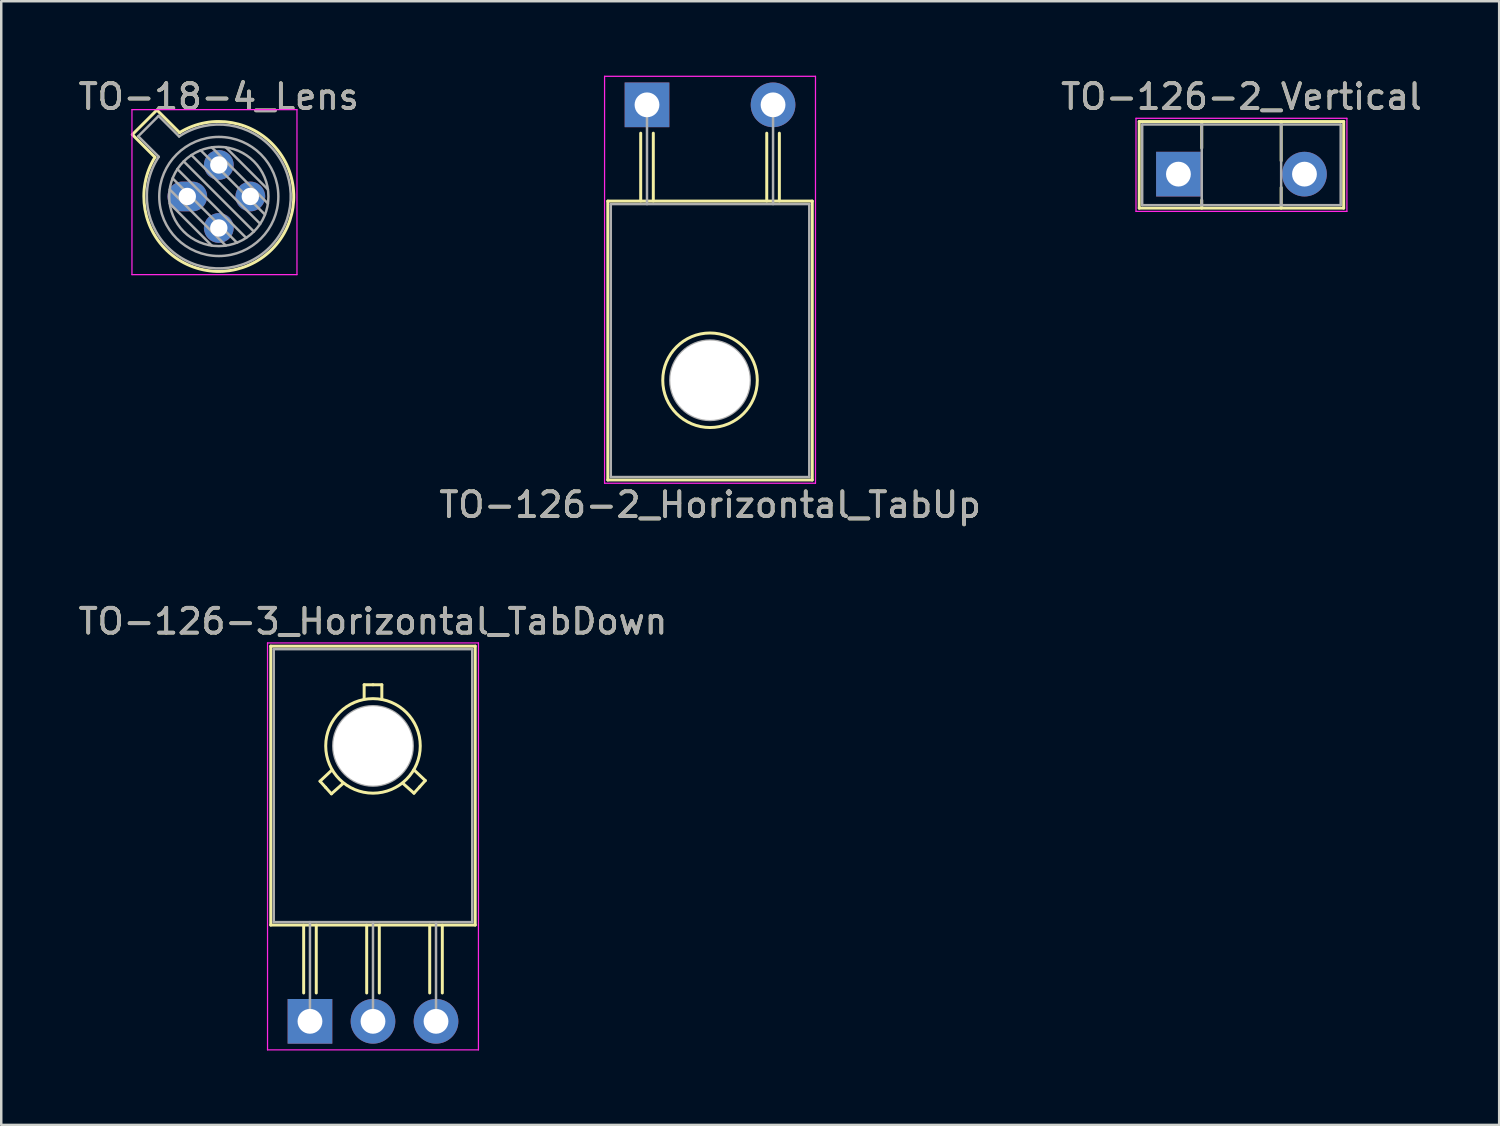
<source format=kicad_pcb>
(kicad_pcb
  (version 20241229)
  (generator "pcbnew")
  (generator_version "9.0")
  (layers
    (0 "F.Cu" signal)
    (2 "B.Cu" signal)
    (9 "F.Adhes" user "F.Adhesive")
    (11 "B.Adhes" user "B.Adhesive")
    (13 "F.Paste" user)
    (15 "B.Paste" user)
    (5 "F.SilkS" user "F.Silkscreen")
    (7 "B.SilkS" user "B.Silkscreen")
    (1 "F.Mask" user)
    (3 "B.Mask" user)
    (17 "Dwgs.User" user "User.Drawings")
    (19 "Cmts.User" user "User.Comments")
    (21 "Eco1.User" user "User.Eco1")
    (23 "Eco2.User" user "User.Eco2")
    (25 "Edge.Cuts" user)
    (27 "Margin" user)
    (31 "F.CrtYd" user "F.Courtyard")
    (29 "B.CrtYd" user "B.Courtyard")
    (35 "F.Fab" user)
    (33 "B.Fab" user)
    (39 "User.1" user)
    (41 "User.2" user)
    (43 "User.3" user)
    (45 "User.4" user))
  (footprint "TO-126-3_Horizontal_TabDown"
    (layer "F.Cu")
    (at 9.442 38.111)
    (property "Reference" "TO-126-3_Horizontal_TabDown" (at 2.54 -16.12 0) (layer "F.SilkS") (effects (font (size 1 1) (thickness 0.15))))
    (attr through_hole)
    (fp_line (start -1.58 -15.12) (end -1.58 -3.88) (stroke (width 0.12) (type solid)) (layer "F.SilkS"))
    (fp_line (start -1.58 -15.12) (end 6.66 -15.12) (stroke (width 0.12) (type solid)) (layer "F.SilkS"))
    (fp_line (start -1.58 -3.88) (end 6.66 -3.88) (stroke (width 0.12) (type solid)) (layer "F.SilkS"))
    (fp_line (start -0.254 -1.143) (end -0.254 -3.873) (stroke (width 0.12) (type solid)) (layer "F.SilkS"))
    (fp_line (start 0.254 -3.873) (end 0.254 -1.143) (stroke (width 0.12) (type solid)) (layer "F.SilkS"))
    (fp_line (start 0.406 -9.677) (end 0.864 -10.109) (stroke (width 0.12) (type solid)) (layer "F.SilkS"))
    (fp_line (start 0.635 -9.423) (end 0.406 -9.677) (stroke (width 0.12) (type solid)) (layer "F.SilkS"))
    (fp_line (start 0.864 -9.169) (end 0.635 -9.423) (stroke (width 0.12) (type solid)) (layer "F.SilkS"))
    (fp_line (start 0.864 -9.169) (end 1.321 -9.576) (stroke (width 0.12) (type solid)) (layer "F.SilkS"))
    (fp_line (start 2.184 -13.564) (end 2.184 -13.005) (stroke (width 0.12) (type solid)) (layer "F.SilkS"))
    (fp_line (start 2.184 -13.564) (end 2.54 -13.564) (stroke (width 0.12) (type solid)) (layer "F.SilkS"))
    (fp_line (start 2.286 -1.143) (end 2.286 -3.873) (stroke (width 0.12) (type solid)) (layer "F.SilkS"))
    (fp_line (start 2.54 -13.564) (end 2.896 -13.564) (stroke (width 0.12) (type solid)) (layer "F.SilkS"))
    (fp_line (start 2.794 -3.873) (end 2.794 -1.143) (stroke (width 0.12) (type solid)) (layer "F.SilkS"))
    (fp_line (start 2.896 -13.564) (end 2.896 -12.979) (stroke (width 0.12) (type solid)) (layer "F.SilkS"))
    (fp_line (start 4.191 -9.195) (end 3.734 -9.601) (stroke (width 0.12) (type solid)) (layer "F.SilkS"))
    (fp_line (start 4.191 -9.195) (end 4.42 -9.449) (stroke (width 0.12) (type solid)) (layer "F.SilkS"))
    (fp_line (start 4.42 -9.449) (end 4.648 -9.703) (stroke (width 0.12) (type solid)) (layer "F.SilkS"))
    (fp_line (start 4.648 -9.703) (end 4.191 -10.135) (stroke (width 0.12) (type solid)) (layer "F.SilkS"))
    (fp_line (start 4.826 -1.143) (end 4.826 -3.873) (stroke (width 0.12) (type solid)) (layer "F.SilkS"))
    (fp_line (start 5.334 -3.873) (end 5.334 -1.143) (stroke (width 0.12) (type solid)) (layer "F.SilkS"))
    (fp_line (start 6.66 -15.12) (end 6.66 -3.88) (stroke (width 0.12) (type solid)) (layer "F.SilkS"))
    (fp_circle (center 2.54 -11.1) (end 4.445 -11.125) (stroke (width 0.12) (type solid)) (fill no) (layer "F.SilkS"))
    (fp_line (start -1.71 -15.25) (end -1.71 1.15) (stroke (width 0.05) (type solid)) (layer "F.CrtYd"))
    (fp_line (start -1.71 1.15) (end 6.79 1.15) (stroke (width 0.05) (type solid)) (layer "F.CrtYd"))
    (fp_line (start 6.79 -15.25) (end -1.71 -15.25) (stroke (width 0.05) (type solid)) (layer "F.CrtYd"))
    (fp_line (start 6.79 1.15) (end 6.79 -15.25) (stroke (width 0.05) (type solid)) (layer "F.CrtYd"))
    (fp_line (start -1.46 -15) (end 6.54 -15) (stroke (width 0.1) (type solid)) (layer "F.Fab"))
    (fp_line (start -1.46 -4) (end -1.46 -15) (stroke (width 0.1) (type solid)) (layer "F.Fab"))
    (fp_line (start 0 -4) (end 0 0) (stroke (width 0.1) (type solid)) (layer "F.Fab"))
    (fp_line (start 2.54 -4) (end 2.54 0) (stroke (width 0.1) (type solid)) (layer "F.Fab"))
    (fp_line (start 5.08 -4) (end 5.08 0) (stroke (width 0.1) (type solid)) (layer "F.Fab"))
    (fp_line (start 6.54 -15) (end 6.54 -4) (stroke (width 0.1) (type solid)) (layer "F.Fab"))
    (fp_line (start 6.54 -4) (end -1.46 -4) (stroke (width 0.1) (type solid)) (layer "F.Fab"))
    (fp_circle (center 2.54 -11.1) (end 4.14 -11.1) (stroke (width 0.1) (type solid)) (fill no) (layer "F.Fab"))
    (fp_text user "${REFERENCE}" (at 2.54 -16.12 0) (layer "F.Fab") (effects (font (size 1 1) (thickness 0.15))))
    (pad "" np_thru_hole oval (at 2.54 -11.1) (size 3.2 3.2) (drill 3.2) (layers "*.Cu" "*.Mask"))
    (pad "1" thru_hole rect (at 0 0) (size 1.8 1.8) (drill 1) (layers "*.Cu" "*.Mask"))
    (pad "2" thru_hole oval (at 2.54 0) (size 1.8 1.8) (drill 1) (layers "*.Cu" "*.Mask"))
    (pad "3" thru_hole oval (at 5.08 0) (size 1.8 1.8) (drill 1) (layers "*.Cu" "*.Mask")))
  (footprint "TO-126-2_Horizontal_TabUp"
    (layer "F.Cu")
    (at 23.025 1.175)
    (property "Reference" "TO-126-2_Horizontal_TabUp" (at 2.54 16.12 0) (layer "F.SilkS") (effects (font (size 1 1) (thickness 0.15))))
    (attr through_hole)
    (fp_line (start -1.58 3.88) (end -1.58 15.12) (stroke (width 0.12) (type solid)) (layer "F.SilkS"))
    (fp_line (start -1.58 3.88) (end 6.66 3.88) (stroke (width 0.12) (type solid)) (layer "F.SilkS"))
    (fp_line (start -1.58 15.12) (end 6.66 15.12) (stroke (width 0.12) (type solid)) (layer "F.SilkS"))
    (fp_line (start -0.254 3.873) (end -0.254 1.143) (stroke (width 0.12) (type solid)) (layer "F.SilkS"))
    (fp_line (start 0.254 1.143) (end 0.254 3.873) (stroke (width 0.12) (type solid)) (layer "F.SilkS"))
    (fp_line (start 4.826 3.873) (end 4.826 1.143) (stroke (width 0.12) (type solid)) (layer "F.SilkS"))
    (fp_line (start 5.334 1.143) (end 5.334 3.873) (stroke (width 0.12) (type solid)) (layer "F.SilkS"))
    (fp_line (start 6.66 3.88) (end 6.66 15.12) (stroke (width 0.12) (type solid)) (layer "F.SilkS"))
    (fp_circle (center 2.54 11.1) (end 0.635 11.125) (stroke (width 0.12) (type solid)) (fill no) (layer "F.SilkS"))
    (fp_line (start -1.71 -1.15) (end -1.71 15.25) (stroke (width 0.05) (type solid)) (layer "F.CrtYd"))
    (fp_line (start -1.71 15.25) (end 6.79 15.25) (stroke (width 0.05) (type solid)) (layer "F.CrtYd"))
    (fp_line (start 6.79 -1.15) (end -1.71 -1.15) (stroke (width 0.05) (type solid)) (layer "F.CrtYd"))
    (fp_line (start 6.79 15.25) (end 6.79 -1.15) (stroke (width 0.05) (type solid)) (layer "F.CrtYd"))
    (fp_line (start -1.46 4) (end -1.46 15) (stroke (width 0.1) (type solid)) (layer "F.Fab"))
    (fp_line (start -1.46 15) (end 6.54 15) (stroke (width 0.1) (type solid)) (layer "F.Fab"))
    (fp_line (start 0 4) (end 0 0) (stroke (width 0.1) (type solid)) (layer "F.Fab"))
    (fp_line (start 5.08 4) (end 5.08 0) (stroke (width 0.1) (type solid)) (layer "F.Fab"))
    (fp_line (start 6.54 4) (end -1.46 4) (stroke (width 0.1) (type solid)) (layer "F.Fab"))
    (fp_line (start 6.54 15) (end 6.54 4) (stroke (width 0.1) (type solid)) (layer "F.Fab"))
    (fp_circle (center 2.54 11.1) (end 4.14 11.1) (stroke (width 0.1) (type solid)) (fill no) (layer "F.Fab"))
    (fp_text user "${REFERENCE}" (at 2.54 16.12 0) (layer "F.Fab") (effects (font (size 1 1) (thickness 0.15))))
    (pad "" np_thru_hole oval (at 2.54 11.1) (size 3.2 3.2) (drill 3.2) (layers "*.Cu" "*.Mask"))
    (pad "1" thru_hole rect (at 0 0) (size 1.8 1.8) (drill 1) (layers "*.Cu" "*.Mask"))
    (pad "2" thru_hole oval (at 5.08 0) (size 1.8 1.8) (drill 1) (layers "*.Cu" "*.Mask")))
  (footprint "TO-126-2_Vertical"
    (layer "F.Cu")
    (at 44.442 3.968)
    (property "Reference" "TO-126-2_Vertical" (at 2.54 -3.12 0) (layer "F.SilkS") (effects (font (size 1 1) (thickness 0.15))))
    (attr through_hole)
    (fp_line (start -1.58 -2.12) (end -1.58 1.37) (stroke (width 0.12) (type solid)) (layer "F.SilkS"))
    (fp_line (start -1.58 -2.12) (end 6.66 -2.12) (stroke (width 0.12) (type solid)) (layer "F.SilkS"))
    (fp_line (start -1.58 1.37) (end 6.66 1.37) (stroke (width 0.12) (type solid)) (layer "F.SilkS"))
    (fp_line (start 0.94 -2.12) (end 0.94 -1.05) (stroke (width 0.12) (type solid)) (layer "F.SilkS"))
    (fp_line (start 0.94 1.05) (end 0.94 1.37) (stroke (width 0.12) (type solid)) (layer "F.SilkS"))
    (fp_line (start 4.141 -2.12) (end 4.141 -0.54) (stroke (width 0.12) (type solid)) (layer "F.SilkS"))
    (fp_line (start 4.141 0.54) (end 4.141 1.37) (stroke (width 0.12) (type solid)) (layer "F.SilkS"))
    (fp_line (start 6.66 -2.12) (end 6.66 1.37) (stroke (width 0.12) (type solid)) (layer "F.SilkS"))
    (fp_line (start -1.71 -2.25) (end -1.71 1.5) (stroke (width 0.05) (type solid)) (layer "F.CrtYd"))
    (fp_line (start -1.71 1.5) (end 6.79 1.5) (stroke (width 0.05) (type solid)) (layer "F.CrtYd"))
    (fp_line (start 6.79 -2.25) (end -1.71 -2.25) (stroke (width 0.05) (type solid)) (layer "F.CrtYd"))
    (fp_line (start 6.79 1.5) (end 6.79 -2.25) (stroke (width 0.05) (type solid)) (layer "F.CrtYd"))
    (fp_line (start -1.46 -2) (end -1.46 1.25) (stroke (width 0.1) (type solid)) (layer "F.Fab"))
    (fp_line (start -1.46 1.25) (end 6.54 1.25) (stroke (width 0.1) (type solid)) (layer "F.Fab"))
    (fp_line (start 0.94 -2) (end 0.94 1.25) (stroke (width 0.1) (type solid)) (layer "F.Fab"))
    (fp_line (start 4.14 -2) (end 4.14 1.25) (stroke (width 0.1) (type solid)) (layer "F.Fab"))
    (fp_line (start 6.54 -2) (end -1.46 -2) (stroke (width 0.1) (type solid)) (layer "F.Fab"))
    (fp_line (start 6.54 1.25) (end 6.54 -2) (stroke (width 0.1) (type solid)) (layer "F.Fab"))
    (fp_text user "${REFERENCE}" (at 2.54 -3.12 0) (layer "F.Fab") (effects (font (size 1 1) (thickness 0.15))))
    (pad "1" thru_hole rect (at 0 0) (size 1.8 1.8) (drill 1) (layers "*.Cu" "*.Mask"))
    (pad "2" thru_hole oval (at 5.08 0) (size 1.8 1.8) (drill 1) (layers "*.Cu" "*.Mask")))
  (footprint "TO-18-4_Lens"
    (layer "F.Cu")
    (at 4.498 4.868)
    (property "Reference" "TO-18-4_Lens" (at 1.27 -4.02 0) (layer "F.SilkS") (effects (font (size 1 1) (thickness 0.15))))
    (attr through_hole)
    (fp_line (start -2.214 -2.494) (end -1.302 -1.582) (stroke (width 0.12) (type solid)) (layer "F.SilkS"))
    (fp_line (start -1.224 -3.484) (end -2.214 -2.494) (stroke (width 0.12) (type solid)) (layer "F.SilkS"))
    (fp_line (start -0.312 -2.572) (end -1.224 -3.484) (stroke (width 0.12) (type solid)) (layer "F.SilkS"))
    (fp_arc (start -0.312331 -2.572281) (mid 3.405374 2.135551) (end -1.30215 -1.582544) (stroke (width 0.12) (type solid)) (layer "F.SilkS"))
    (fp_line (start -2.23 -3.5) (end -2.23 3.15) (stroke (width 0.05) (type solid)) (layer "F.CrtYd"))
    (fp_line (start -2.23 3.15) (end 4.42 3.15) (stroke (width 0.05) (type solid)) (layer "F.CrtYd"))
    (fp_line (start 4.42 -3.5) (end -2.23 -3.5) (stroke (width 0.05) (type solid)) (layer "F.CrtYd"))
    (fp_line (start 4.42 3.15) (end 4.42 -3.5) (stroke (width 0.05) (type solid)) (layer "F.CrtYd"))
    (fp_line (start -1.977 -2.426) (end -1.149 -1.599) (stroke (width 0.1) (type solid)) (layer "F.Fab"))
    (fp_line (start -1.156 -3.247) (end -1.977 -2.426) (stroke (width 0.1) (type solid)) (layer "F.Fab"))
    (fp_line (start -0.71 -0.283) (end 1.553 1.98) (stroke (width 0.1) (type solid)) (layer "F.Fab"))
    (fp_line (start -0.71 0.283) (end 0.987 1.98) (stroke (width 0.1) (type solid)) (layer "F.Fab"))
    (fp_line (start -0.592 -0.731) (end 2.001 1.862) (stroke (width 0.1) (type solid)) (layer "F.Fab"))
    (fp_line (start -0.399 -1.103) (end 2.373 1.669) (stroke (width 0.1) (type solid)) (layer "F.Fab"))
    (fp_line (start -0.329 -2.419) (end -1.156 -3.247) (stroke (width 0.1) (type solid)) (layer "F.Fab"))
    (fp_line (start -0.145 -1.415) (end 2.685 1.415) (stroke (width 0.1) (type solid)) (layer "F.Fab"))
    (fp_line (start 0.167 -1.669) (end 2.939 1.103) (stroke (width 0.1) (type solid)) (layer "F.Fab"))
    (fp_line (start 0.539 -1.862) (end 3.132 0.731) (stroke (width 0.1) (type solid)) (layer "F.Fab"))
    (fp_line (start 0.987 -1.98) (end 3.25 0.283) (stroke (width 0.1) (type solid)) (layer "F.Fab"))
    (fp_line (start 1.553 -1.98) (end 3.25 -0.283) (stroke (width 0.1) (type solid)) (layer "F.Fab"))
    (fp_arc (start -0.329057 -2.419301) (mid 3.321076 2.050143) (end -1.150029 -1.597956) (stroke (width 0.1) (type solid)) (layer "F.Fab"))
    (fp_circle (center 1.27 0) (end 3.27 0) (stroke (width 0.1) (type solid)) (fill no) (layer "F.Fab"))
    (fp_circle (center 1.27 0) (end 3.67 0) (stroke (width 0.1) (type solid)) (fill no) (layer "F.Fab"))
    (fp_text user "${REFERENCE}" (at 1.27 -4.02 0) (layer "F.Fab") (effects (font (size 1 1) (thickness 0.15))))
    (pad "1" thru_hole oval (at 0 0) (size 1.6 1.2) (drill 0.7) (layers "*.Cu" "*.Mask"))
    (pad "2" thru_hole oval (at 1.27 1.27) (size 1.2 1.2) (drill 0.7) (layers "*.Cu" "*.Mask"))
    (pad "3" thru_hole oval (at 2.54 0) (size 1.2 1.2) (drill 0.7) (layers "*.Cu" "*.Mask"))
    (pad "4" thru_hole oval (at 1.27 -1.27) (size 1.2 1.2) (drill 0.7) (layers "*.Cu" "*.Mask")))
  (gr_rect
    (start -3 -3)
    (end 57.369 42.286)
    (stroke (width 0.1) (type default))
    (fill no)
    (layer "Edge.Cuts")))
</source>
